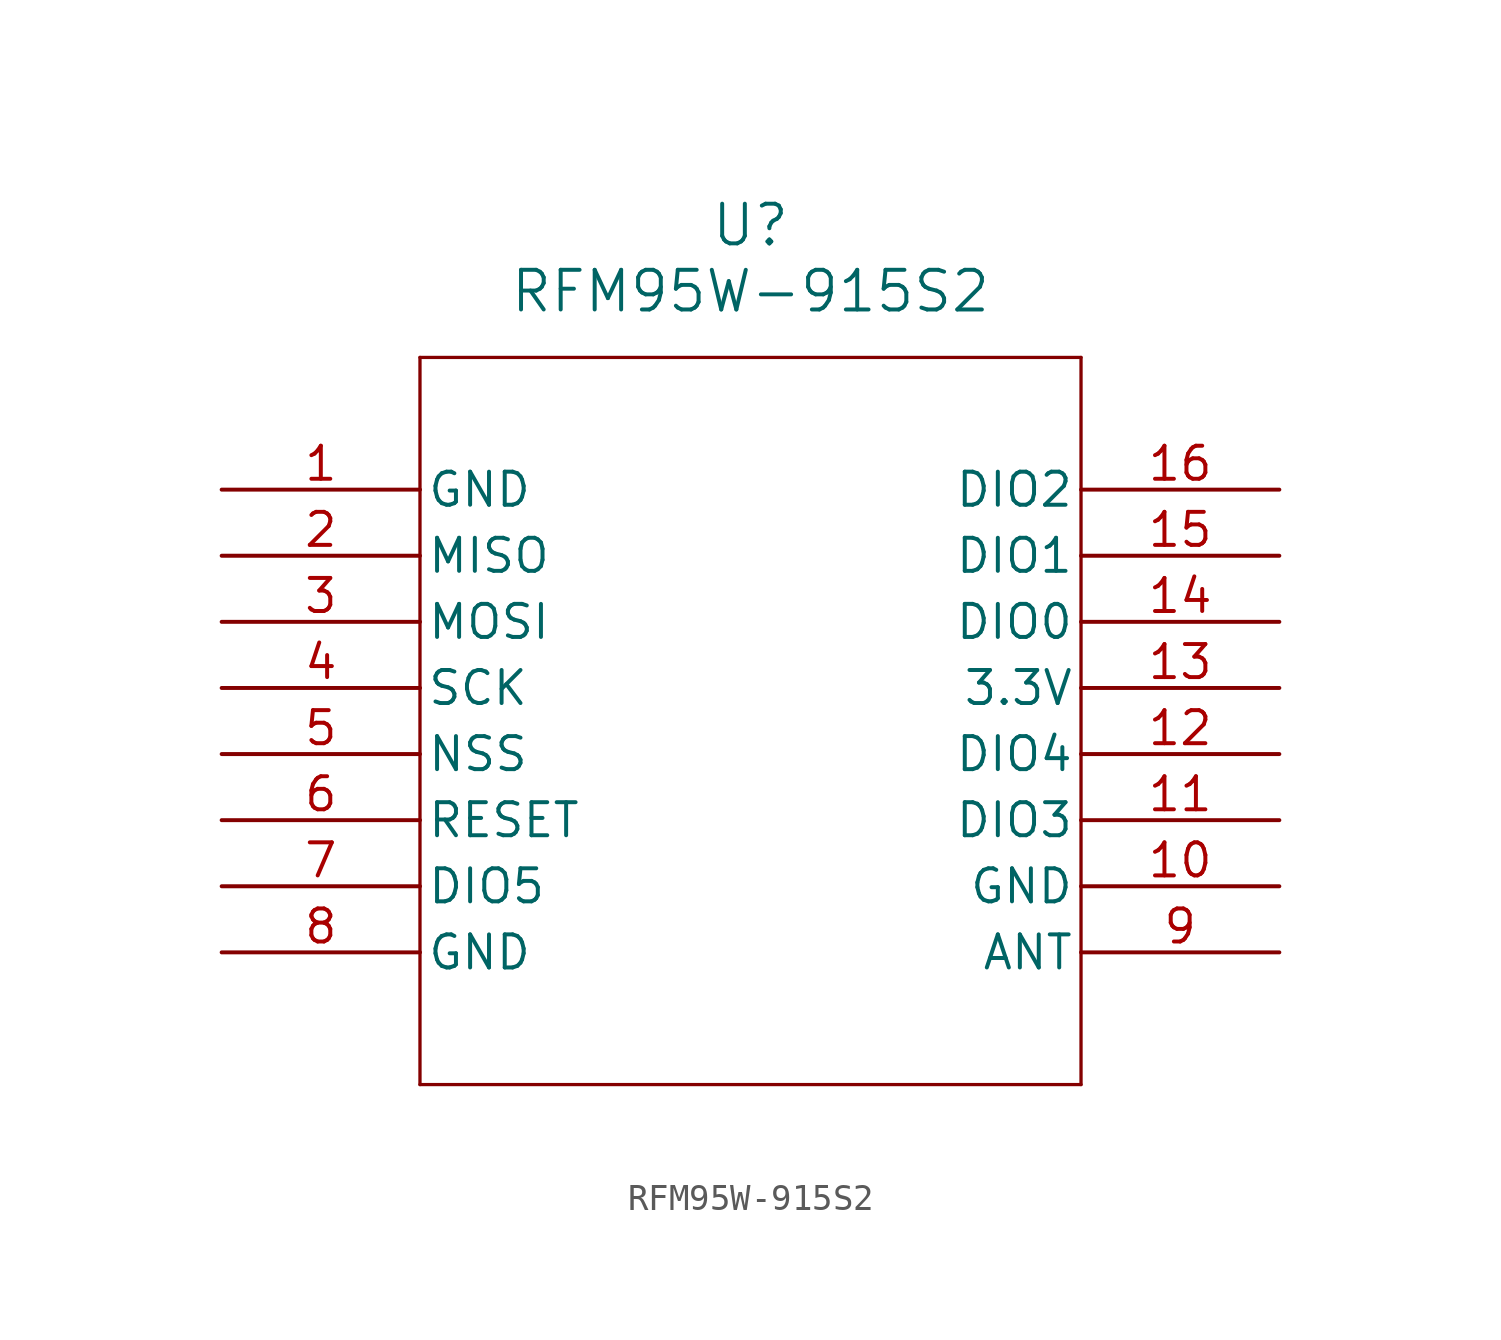
<source format=kicad_sym>
(kicad_symbol_lib
  (version 20211014)
  (generator kicad_symbol_editor)
  (symbol "RFM95W-915S2"
    (pin_names
      (offset 0.254))
    (property "Reference" "U"
      (at 20.32 10.16 0)
      (effects (font (size 1.524 1.524))))
    (property "Value" "RFM95W-915S2"
      (at 20.32 7.62 0)
      (effects (font (size 1.524 1.524))))
    (symbol "RFM95W-915S2_0_1"
      (polyline (pts (xy 7.62 5.08) (xy 7.62 -22.86)) (stroke (width 0.127) (type default) (color 0 0 0 0)) (fill (type none)))
      (polyline (pts (xy 7.62 -22.86) (xy 33.02 -22.86)) (stroke (width 0.127) (type default) (color 0 0 0 0)) (fill (type none)))
      (polyline (pts (xy 33.02 -22.86) (xy 33.02 5.08)) (stroke (width 0.127) (type default) (color 0 0 0 0)) (fill (type none)))
      (polyline (pts (xy 33.02 5.08) (xy 7.62 5.08)) (stroke (width 0.127) (type default) (color 0 0 0 0)) (fill (type none)))
      (pin power_out line (at 0 0 0) (length 7.62) (name "GND" (effects (font (size 1.27 1.27)))) (number "1" (effects (font (size 1.27 1.27)))))
      (pin unspecified line (at 0 -2.54 0) (length 7.62) (name "MISO" (effects (font (size 1.27 1.27)))) (number "2" (effects (font (size 1.27 1.27)))))
      (pin unspecified line (at 0 -5.08 0) (length 7.62) (name "MOSI" (effects (font (size 1.27 1.27)))) (number "3" (effects (font (size 1.27 1.27)))))
      (pin unspecified line (at 0 -7.62 0) (length 7.62) (name "SCK" (effects (font (size 1.27 1.27)))) (number "4" (effects (font (size 1.27 1.27)))))
      (pin unspecified line (at 0 -10.16 0) (length 7.62) (name "NSS" (effects (font (size 1.27 1.27)))) (number "5" (effects (font (size 1.27 1.27)))))
      (pin unspecified line (at 0 -12.7 0) (length 7.62) (name "RESET" (effects (font (size 1.27 1.27)))) (number "6" (effects (font (size 1.27 1.27)))))
      (pin bidirectional line (at 0 -15.24 0) (length 7.62) (name "DIO5" (effects (font (size 1.27 1.27)))) (number "7" (effects (font (size 1.27 1.27)))))
      (pin power_out line (at 0 -17.78 0) (length 7.62) (name "GND" (effects (font (size 1.27 1.27)))) (number "8" (effects (font (size 1.27 1.27)))))
      (pin unspecified line (at 40.64 -17.78 180) (length 7.62) (name "ANT" (effects (font (size 1.27 1.27)))) (number "9" (effects (font (size 1.27 1.27)))))
      (pin power_out line (at 40.64 -15.24 180) (length 7.62) (name "GND" (effects (font (size 1.27 1.27)))) (number "10" (effects (font (size 1.27 1.27)))))
      (pin bidirectional line (at 40.64 -12.7 180) (length 7.62) (name "DIO3" (effects (font (size 1.27 1.27)))) (number "11" (effects (font (size 1.27 1.27)))))
      (pin bidirectional line (at 40.64 -10.16 180) (length 7.62) (name "DIO4" (effects (font (size 1.27 1.27)))) (number "12" (effects (font (size 1.27 1.27)))))
      (pin unspecified line (at 40.64 -7.62 180) (length 7.62) (name "3.3V" (effects (font (size 1.27 1.27)))) (number "13" (effects (font (size 1.27 1.27)))))
      (pin bidirectional line (at 40.64 -5.08 180) (length 7.62) (name "DIO0" (effects (font (size 1.27 1.27)))) (number "14" (effects (font (size 1.27 1.27)))))
      (pin bidirectional line (at 40.64 -2.54 180) (length 7.62) (name "DIO1" (effects (font (size 1.27 1.27)))) (number "15" (effects (font (size 1.27 1.27)))))
      (pin bidirectional line (at 40.64 0 180) (length 7.62) (name "DIO2" (effects (font (size 1.27 1.27)))) (number "16" (effects (font (size 1.27 1.27))))))))
</source>
